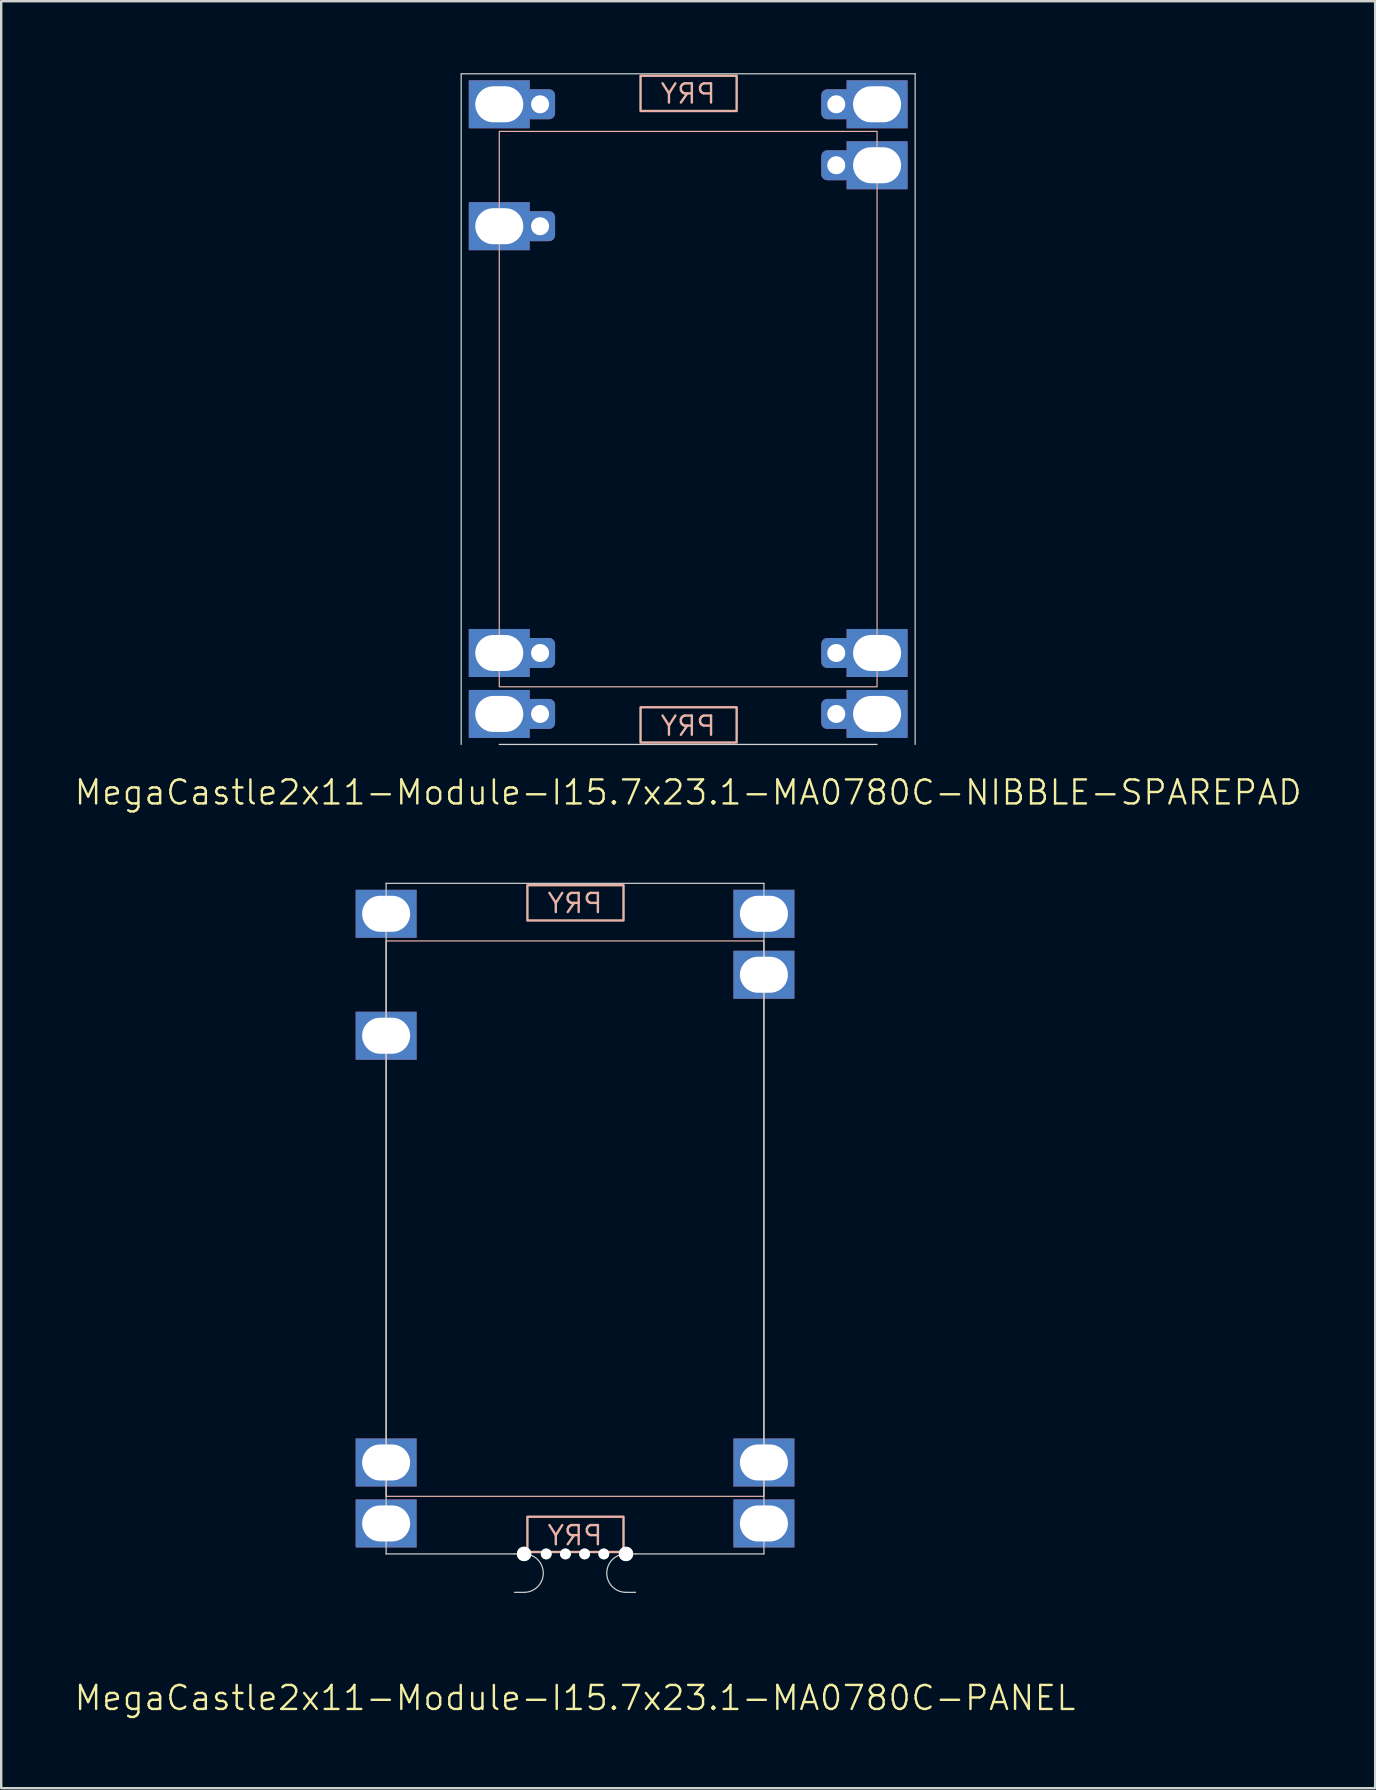
<source format=kicad_pcb>
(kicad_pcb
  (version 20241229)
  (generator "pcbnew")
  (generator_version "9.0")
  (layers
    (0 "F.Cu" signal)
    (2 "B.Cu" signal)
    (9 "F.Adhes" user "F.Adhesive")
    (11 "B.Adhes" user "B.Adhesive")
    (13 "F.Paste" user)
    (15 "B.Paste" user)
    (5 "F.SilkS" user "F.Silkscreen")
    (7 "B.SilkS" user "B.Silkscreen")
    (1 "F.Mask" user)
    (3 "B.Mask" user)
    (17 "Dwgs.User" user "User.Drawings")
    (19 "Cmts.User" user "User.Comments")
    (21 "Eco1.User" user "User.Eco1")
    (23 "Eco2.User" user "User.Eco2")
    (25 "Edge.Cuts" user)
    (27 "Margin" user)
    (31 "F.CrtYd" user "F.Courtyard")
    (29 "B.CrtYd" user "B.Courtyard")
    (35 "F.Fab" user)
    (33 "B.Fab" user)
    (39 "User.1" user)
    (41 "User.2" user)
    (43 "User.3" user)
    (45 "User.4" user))
  (footprint "MegaCastle2x11-Module-I15.7x23.1-MA0780C-NIBBLE-SPAREPAD"
    (layer "F.Cu")
    (at 25.621 13.995)
    (property "Reference" "MegaCastle2x11-Module-I15.7x23.1-MA0780C-NIBBLE-SPAREPAD" (at 0 15.97 0) (unlocked yes) (layer "F.SilkS") (effects (font (size 1 1) (thickness 0.1))))
    (attr smd)
    (fp_rect (start -7.87 11.57) (end 7.87 -11.57) (stroke (width 0.05) (type default)) (fill no) (layer "B.SilkS"))
    (fp_rect (start -1.984 -12.421) (end 2.02 -13.89) (stroke (width 0.1) (type default)) (fill no) (layer "B.SilkS"))
    (fp_rect (start -1.984 12.421) (end 2.02 13.89) (stroke (width 0.1) (type default)) (fill no) (layer "B.SilkS"))
    (fp_line (start -9.457 -13.97) (end -9.457 13.97) (stroke (width 0.05) (type default)) (layer "Edge.Cuts"))
    (fp_line (start -9.457 -13.97) (end 9.457 -13.97) (stroke (width 0.05) (type default)) (layer "Edge.Cuts"))
    (fp_line (start -7.87 13.97) (end 7.87 13.97) (stroke (width 0.05) (type default)) (layer "Edge.Cuts"))
    (fp_line (start 9.457 -13.97) (end 9.457 13.97) (stroke (width 0.05) (type default)) (layer "Edge.Cuts"))
    (fp_text user "PRY" (at 0 -12.67 0) (unlocked yes) (layer "B.SilkS") (effects (font (size 0.8 0.8) (thickness 0.1)) (justify bottom mirror)))
    (fp_text user "PRY" (at 0 13.67 0) (unlocked yes) (layer "B.SilkS") (effects (font (size 0.8 0.8) (thickness 0.1)) (justify bottom mirror)))
    (pad "1" thru_hole rect (at -7.87 -12.7) (size 2.54 2) (drill oval 2 1.5) (property pad_prop_castellated) (layers "*.Cu" "*.Mask"))
    (pad "1" thru_hole roundrect (at -6.17 -12.7 180) (size 1.25 1.25) (drill 0.75) (layers "*.Cu" "*.Mask") (roundrect_rratio 0.2))
    (pad "3" thru_hole rect (at -7.87 -7.62) (size 2.54 2) (drill oval 2 1.5) (property pad_prop_castellated) (layers "*.Cu" "*.Mask"))
    (pad "3" thru_hole roundrect (at -6.17 -7.62 180) (size 1.25 1.25) (drill 0.75) (layers "*.Cu" "*.Mask") (roundrect_rratio 0.2))
    (pad "10" thru_hole rect (at -7.87 10.16) (size 2.54 2) (drill oval 2 1.5) (property pad_prop_castellated) (layers "*.Cu" "*.Mask"))
    (pad "10" thru_hole roundrect (at -6.17 10.16 180) (size 1.25 1.25) (drill 0.75) (layers "*.Cu" "*.Mask") (roundrect_rratio 0.2))
    (pad "11" thru_hole rect (at -7.87 12.7) (size 2.54 2) (drill oval 2 1.5) (property pad_prop_castellated) (layers "*.Cu" "*.Mask"))
    (pad "11" thru_hole roundrect (at -6.17 12.7 180) (size 1.25 1.25) (drill 0.75) (layers "*.Cu" "*.Mask") (roundrect_rratio 0.2))
    (pad "12" thru_hole roundrect (at 6.17 -12.7 180) (size 1.25 1.25) (drill 0.75) (layers "*.Cu" "*.Mask") (roundrect_rratio 0.2))
    (pad "12" thru_hole rect (at 7.87 -12.7) (size 2.54 2) (drill oval 2 1.5) (property pad_prop_castellated) (layers "*.Cu" "*.Mask"))
    (pad "13" thru_hole roundrect (at 6.17 -10.16 180) (size 1.25 1.25) (drill 0.75) (layers "*.Cu" "*.Mask") (roundrect_rratio 0.2))
    (pad "13" thru_hole rect (at 7.87 -10.16) (size 2.54 2) (drill oval 2 1.5) (property pad_prop_castellated) (layers "*.Cu" "*.Mask"))
    (pad "21" thru_hole roundrect (at 6.17 10.16 180) (size 1.25 1.25) (drill 0.75) (layers "*.Cu" "*.Mask") (roundrect_rratio 0.2))
    (pad "21" thru_hole rect (at 7.87 10.16) (size 2.54 2) (drill oval 2 1.5) (property pad_prop_castellated) (layers "*.Cu" "*.Mask"))
    (pad "22" thru_hole roundrect (at 6.17 12.7 180) (size 1.25 1.25) (drill 0.75) (layers "*.Cu" "*.Mask") (roundrect_rratio 0.2))
    (pad "22" thru_hole rect (at 7.87 12.7) (size 2.54 2) (drill oval 2 1.5) (property pad_prop_castellated) (layers "*.Cu" "*.Mask"))
    (zone (net_name "") (layer "B.Cu") (hatch edge 0.5) (connect_pads) (min_thickness 0.25) (filled_areas_thickness no) (keepout (tracks allowed) (vias allowed) (pads allowed) (copperpour allowed) (footprints not_allowed)) (placement (enabled no)) (fill) (polygon (pts (xy 17.751 27.965) (xy 17.751 0.025))))
    (zone (net_name "") (layer "B.Cu") (hatch edge 0.5) (connect_pads) (min_thickness 0.25) (filled_areas_thickness no) (keepout (tracks allowed) (vias allowed) (pads allowed) (copperpour allowed) (footprints not_allowed)) (placement (enabled no)) (fill) (polygon (pts (xy 33.491 27.965) (xy 33.491 0.025))))
    (zone (net_name "") (layer "B.Cu") (hatch edge 0.5) (connect_pads) (min_thickness 0.25) (filled_areas_thickness no) (keepout (tracks allowed) (vias allowed) (pads allowed) (copperpour allowed) (footprints not_allowed)) (placement (enabled no)) (fill) (polygon (pts (xy 17.751 0.025) (xy 17.751 2.425) (xy 33.491 2.425) (xy 33.491 0.025))))
    (zone (net_name "") (layer "B.Cu") (hatch edge 0.5) (connect_pads) (min_thickness 0.25) (filled_areas_thickness no) (keepout (tracks allowed) (vias allowed) (pads allowed) (copperpour allowed) (footprints not_allowed)) (placement (enabled no)) (fill) (polygon (pts (xy 17.751 27.965) (xy 17.751 25.565) (xy 33.491 25.565) (xy 33.491 27.965))))
    (zone (net_name "") (layer "B.Cu") (name "Upper Pry Zone") (hatch edge 0.5) (connect_pads) (min_thickness 0.25) (filled_areas_thickness no) (keepout (tracks not_allowed) (vias not_allowed) (pads not_allowed) (copperpour allowed) (footprints not_allowed)) (placement (enabled no)) (fill) (polygon (pts (xy 23.637 1.574) (xy 23.637 0.105) (xy 27.641 0.105) (xy 27.641 1.574))))
    (zone (net_name "") (layer "B.Cu") (name "Upper Pry Zone") (hatch edge 0.5) (connect_pads) (min_thickness 0.25) (filled_areas_thickness no) (keepout (tracks not_allowed) (vias not_allowed) (pads not_allowed) (copperpour allowed) (footprints not_allowed)) (placement (enabled no)) (fill) (polygon (pts (xy 23.637 26.416) (xy 23.637 27.885) (xy 27.641 27.885) (xy 27.641 26.416)))))
  (footprint "MegaCastle2x11-Module-I15.7x23.1-MA0780C-PANEL"
    (layer "F.Cu")
    (at 20.907 47.721)
    (property "Reference" "MegaCastle2x11-Module-I15.7x23.1-MA0780C-PANEL" (at 0 19.97 0) (unlocked yes) (layer "F.SilkS") (effects (font (size 1 1) (thickness 0.1))))
    (attr smd)
    (fp_rect (start -7.87 11.57) (end 7.87 -11.57) (stroke (width 0.05) (type default)) (fill no) (layer "B.SilkS"))
    (fp_rect (start -1.984 -12.421) (end 2.02 -13.89) (stroke (width 0.1) (type default)) (fill no) (layer "B.SilkS"))
    (fp_rect (start -1.984 12.421) (end 2.02 13.89) (stroke (width 0.1) (type default)) (fill no) (layer "B.SilkS"))
    (fp_line (start -7.87 -13.97) (end -7.87 13.97) (stroke (width 0.05) (type default)) (layer "Edge.Cuts"))
    (fp_line (start -7.87 -13.97) (end 7.87 -13.97) (stroke (width 0.05) (type default)) (layer "Edge.Cuts"))
    (fp_line (start -7.87 13.97) (end -2.522 13.97) (stroke (width 0.05) (type default)) (layer "Edge.Cuts"))
    (fp_line (start -2.522 13.97) (end -2.123 13.97) (stroke (width 0.05) (type default)) (layer "Edge.Cuts"))
    (fp_line (start -2.522 15.57) (end -2.123 15.57) (stroke (width 0.05) (type default)) (layer "Edge.Cuts"))
    (fp_line (start 2.522 13.97) (end 2.123 13.97) (stroke (width 0.05) (type default)) (layer "Edge.Cuts"))
    (fp_line (start 2.522 13.97) (end 7.87 13.97) (stroke (width 0.05) (type default)) (layer "Edge.Cuts"))
    (fp_line (start 2.522 15.57) (end 2.123 15.57) (stroke (width 0.05) (type default)) (layer "Edge.Cuts"))
    (fp_line (start 7.87 -13.97) (end 7.87 13.97) (stroke (width 0.05) (type default)) (layer "Edge.Cuts"))
    (fp_arc (start -2.1225 13.97) (mid -1.3225 14.77) (end -2.1225 15.57) (stroke (width 0.05) (type default)) (layer "Edge.Cuts"))
    (fp_arc (start 2.1225 15.57) (mid 1.3225 14.77) (end 2.1225 13.97) (stroke (width 0.05) (type default)) (layer "Edge.Cuts"))
    (fp_text user "PRY" (at 0 13.67 0) (unlocked yes) (layer "B.SilkS") (effects (font (size 0.8 0.8) (thickness 0.1)) (justify bottom mirror)))
    (fp_text user "PRY" (at 0 -12.67 0) (unlocked yes) (layer "B.SilkS") (effects (font (size 0.8 0.8) (thickness 0.1)) (justify bottom mirror)))
    (pad "" np_thru_hole circle (at -2.123 13.97) (size 0.6 0.6) (drill 0.6) (layers "*.Cu" "Edge.Cuts"))
    (pad "" np_thru_hole circle (at -1.2 13.97) (size 0.45 0.45) (drill 0.45) (layers "*.Cu" "Edge.Cuts"))
    (pad "" np_thru_hole circle (at -0.4 13.97) (size 0.45 0.45) (drill 0.45) (layers "*.Cu" "Edge.Cuts"))
    (pad "" np_thru_hole circle (at 0.4 13.97) (size 0.45 0.45) (drill 0.45) (layers "*.Cu" "Edge.Cuts"))
    (pad "" np_thru_hole circle (at 1.2 13.97) (size 0.45 0.45) (drill 0.45) (layers "*.Cu" "Edge.Cuts"))
    (pad "" np_thru_hole circle (at 2.123 13.97) (size 0.6 0.6) (drill 0.6) (layers "*.Cu" "Edge.Cuts"))
    (pad "1" thru_hole rect (at -7.87 -12.7) (size 2.54 2) (drill oval 2 1.5) (property pad_prop_castellated) (layers "*.Cu" "*.Mask"))
    (pad "3" thru_hole rect (at -7.87 -7.62) (size 2.54 2) (drill oval 2 1.5) (property pad_prop_castellated) (layers "*.Cu" "*.Mask"))
    (pad "10" thru_hole rect (at -7.87 10.16) (size 2.54 2) (drill oval 2 1.5) (property pad_prop_castellated) (layers "*.Cu" "*.Mask"))
    (pad "11" thru_hole rect (at -7.87 12.7) (size 2.54 2) (drill oval 2 1.5) (property pad_prop_castellated) (layers "*.Cu" "*.Mask"))
    (pad "12" thru_hole rect (at 7.87 -12.7) (size 2.54 2) (drill oval 2 1.5) (property pad_prop_castellated) (layers "*.Cu" "*.Mask"))
    (pad "13" thru_hole rect (at 7.87 -10.16) (size 2.54 2) (drill oval 2 1.5) (property pad_prop_castellated) (layers "*.Cu" "*.Mask"))
    (pad "21" thru_hole rect (at 7.87 10.16) (size 2.54 2) (drill oval 2 1.5) (property pad_prop_castellated) (layers "*.Cu" "*.Mask"))
    (pad "22" thru_hole rect (at 7.87 12.7) (size 2.54 2) (drill oval 2 1.5) (property pad_prop_castellated) (layers "*.Cu" "*.Mask"))
    (zone (net_name "") (layer "B.Cu") (hatch edge 0.5) (connect_pads) (min_thickness 0.25) (filled_areas_thickness no) (keepout (tracks allowed) (vias allowed) (pads allowed) (copperpour allowed) (footprints not_allowed)) (placement (enabled no)) (fill) (polygon (pts (xy 13.037 61.691) (xy 13.037 33.751))))
    (zone (net_name "") (layer "B.Cu") (hatch edge 0.5) (connect_pads) (min_thickness 0.25) (filled_areas_thickness no) (keepout (tracks allowed) (vias allowed) (pads allowed) (copperpour allowed) (footprints not_allowed)) (placement (enabled no)) (fill) (polygon (pts (xy 28.777 61.691) (xy 28.777 33.751))))
    (zone (net_name "") (layer "B.Cu") (hatch edge 0.5) (connect_pads) (min_thickness 0.25) (filled_areas_thickness no) (keepout (tracks allowed) (vias allowed) (pads allowed) (copperpour allowed) (footprints not_allowed)) (placement (enabled no)) (fill) (polygon (pts (xy 13.037 33.751) (xy 13.037 36.151) (xy 28.777 36.151) (xy 28.777 33.751))))
    (zone (net_name "") (layer "B.Cu") (hatch edge 0.5) (connect_pads) (min_thickness 0.25) (filled_areas_thickness no) (keepout (tracks allowed) (vias allowed) (pads allowed) (copperpour allowed) (footprints not_allowed)) (placement (enabled no)) (fill) (polygon (pts (xy 13.037 61.691) (xy 13.037 59.291) (xy 28.777 59.291) (xy 28.777 61.691))))
    (zone (net_name "") (layer "B.Cu") (name "Upper Pry Zone") (hatch edge 0.5) (connect_pads) (min_thickness 0.25) (filled_areas_thickness no) (keepout (tracks not_allowed) (vias not_allowed) (pads not_allowed) (copperpour allowed) (footprints not_allowed)) (placement (enabled no)) (fill) (polygon (pts (xy 18.923 35.299) (xy 18.923 33.831) (xy 22.927 33.831) (xy 22.927 35.299))))
    (zone (net_name "") (layer "B.Cu") (name "Upper Pry Zone") (hatch edge 0.5) (connect_pads) (min_thickness 0.25) (filled_areas_thickness no) (keepout (tracks not_allowed) (vias not_allowed) (pads not_allowed) (copperpour allowed) (footprints not_allowed)) (placement (enabled no)) (fill) (polygon (pts (xy 18.923 60.142) (xy 18.923 61.611) (xy 22.927 61.611) (xy 22.927 60.142)))))
  (gr_rect
    (start -3 -3)
    (end 54.243 71.451)
    (stroke (width 0.1) (type default))
    (fill no)
    (layer "Edge.Cuts")))
</source>
